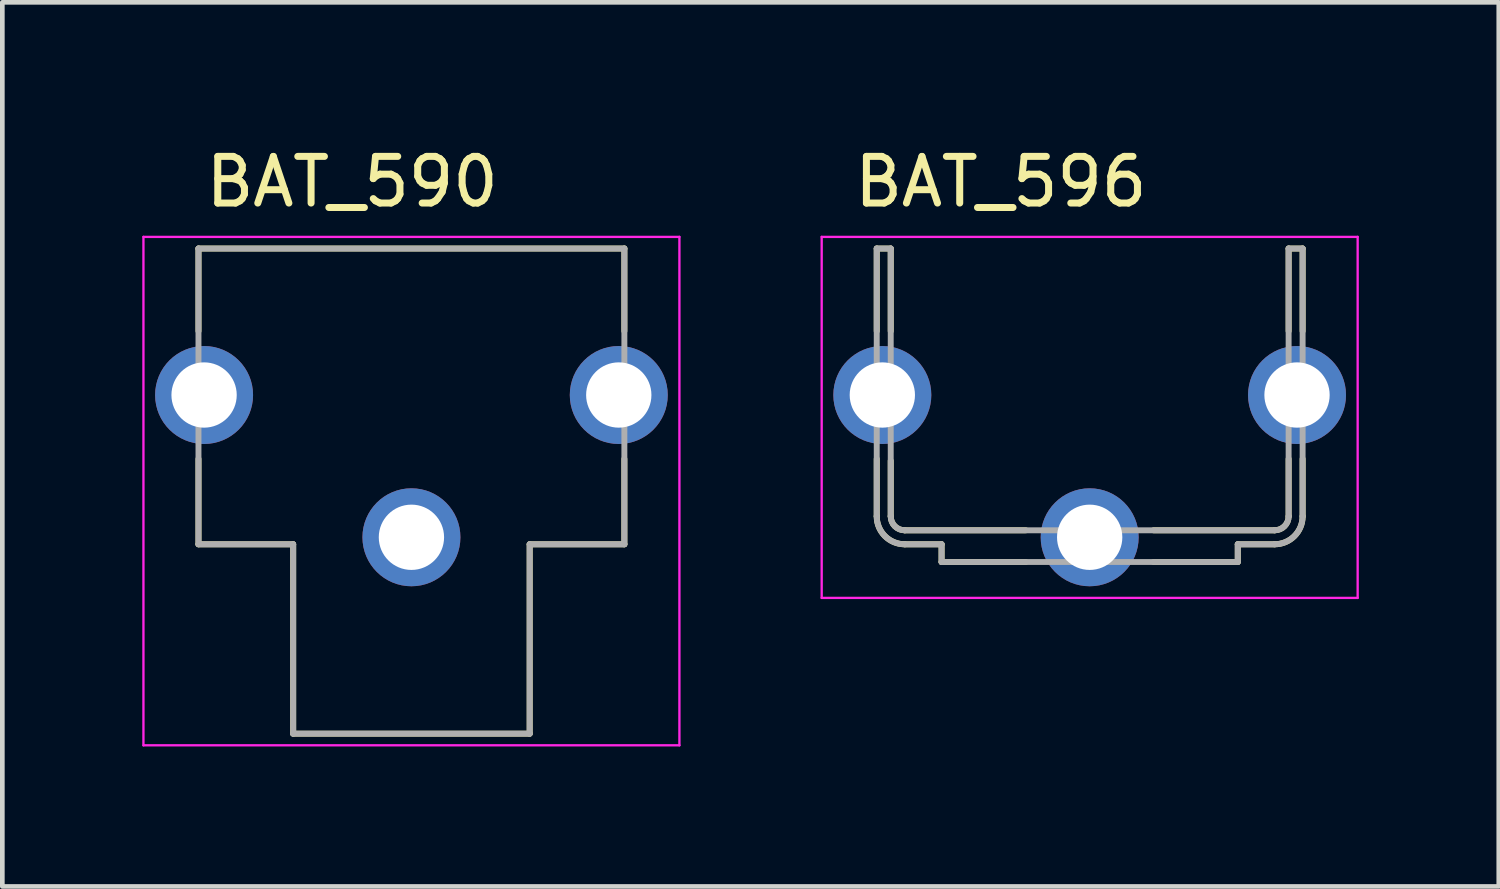
<source format=kicad_pcb>
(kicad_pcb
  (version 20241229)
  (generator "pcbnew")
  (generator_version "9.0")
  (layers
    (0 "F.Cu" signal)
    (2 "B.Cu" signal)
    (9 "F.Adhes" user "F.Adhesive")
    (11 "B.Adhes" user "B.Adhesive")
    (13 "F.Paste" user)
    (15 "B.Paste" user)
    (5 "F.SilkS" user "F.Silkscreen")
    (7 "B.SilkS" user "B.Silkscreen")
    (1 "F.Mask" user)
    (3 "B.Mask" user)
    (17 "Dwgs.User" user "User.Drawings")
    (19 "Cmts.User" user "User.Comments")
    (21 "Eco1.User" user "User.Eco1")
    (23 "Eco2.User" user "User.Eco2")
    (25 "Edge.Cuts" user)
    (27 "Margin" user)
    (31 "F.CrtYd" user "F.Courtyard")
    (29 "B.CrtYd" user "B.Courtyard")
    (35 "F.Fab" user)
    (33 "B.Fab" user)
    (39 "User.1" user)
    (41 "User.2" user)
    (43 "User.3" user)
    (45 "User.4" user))
  (footprint "BAT_590"
    (layer "F.Cu")
    (at 5.77 8.468)
    (property "Reference" "BAT_590" (at -1.27 -7.62 0) (layer "F.SilkS") (effects (font (size 1 1) (thickness 0.15))))
    (attr through_hole)
    (fp_line (start -4.565 -6.19) (end -4.565 -4.42) (stroke (width 0.127) (type solid)) (layer "F.SilkS"))
    (fp_line (start -4.565 -1.68) (end -4.565 0.15) (stroke (width 0.127) (type solid)) (layer "F.SilkS"))
    (fp_line (start -4.565 0.15) (end -2.535 0.15) (stroke (width 0.127) (type solid)) (layer "F.SilkS"))
    (fp_line (start -2.535 0.15) (end -2.535 4.21) (stroke (width 0.127) (type solid)) (layer "F.SilkS"))
    (fp_line (start -2.535 4.21) (end 2.535 4.21) (stroke (width 0.127) (type solid)) (layer "F.SilkS"))
    (fp_line (start 2.535 0.15) (end 4.565 0.15) (stroke (width 0.127) (type solid)) (layer "F.SilkS"))
    (fp_line (start 2.535 4.21) (end 2.535 0.15) (stroke (width 0.127) (type solid)) (layer "F.SilkS"))
    (fp_line (start 4.565 -6.19) (end -4.565 -6.19) (stroke (width 0.127) (type solid)) (layer "F.SilkS"))
    (fp_line (start 4.565 -4.42) (end 4.565 -6.19) (stroke (width 0.127) (type solid)) (layer "F.SilkS"))
    (fp_line (start 4.565 0.15) (end 4.565 -1.68) (stroke (width 0.127) (type solid)) (layer "F.SilkS"))
    (fp_line (start -5.745 -6.44) (end -5.745 4.46) (stroke (width 0.05) (type solid)) (layer "F.CrtYd"))
    (fp_line (start -5.745 4.46) (end 5.745 4.46) (stroke (width 0.05) (type solid)) (layer "F.CrtYd"))
    (fp_line (start 5.745 -6.44) (end -5.745 -6.44) (stroke (width 0.05) (type solid)) (layer "F.CrtYd"))
    (fp_line (start 5.745 4.46) (end 5.745 -6.44) (stroke (width 0.05) (type solid)) (layer "F.CrtYd"))
    (fp_line (start -4.565 -6.19) (end -4.565 0.15) (stroke (width 0.127) (type solid)) (layer "F.Fab"))
    (fp_line (start -4.565 0.15) (end -2.535 0.15) (stroke (width 0.127) (type solid)) (layer "F.Fab"))
    (fp_line (start -2.535 0.15) (end -2.535 4.21) (stroke (width 0.127) (type solid)) (layer "F.Fab"))
    (fp_line (start -2.535 4.21) (end 2.535 4.21) (stroke (width 0.127) (type solid)) (layer "F.Fab"))
    (fp_line (start 2.535 0.15) (end 4.565 0.15) (stroke (width 0.127) (type solid)) (layer "F.Fab"))
    (fp_line (start 2.535 4.21) (end 2.535 0.15) (stroke (width 0.127) (type solid)) (layer "F.Fab"))
    (fp_line (start 4.565 -6.19) (end -4.565 -6.19) (stroke (width 0.127) (type solid)) (layer "F.Fab"))
    (fp_line (start 4.565 0.15) (end 4.565 -6.19) (stroke (width 0.127) (type solid)) (layer "F.Fab"))
    (pad "N1" thru_hole circle (at 0 0) (size 2.1 2.1) (drill 1.4) (layers "*.Cu" "*.Mask"))
    (pad "N2" thru_hole circle (at -4.445 -3.05) (size 2.1 2.1) (drill 1.4) (layers "*.Cu" "*.Mask"))
    (pad "N3" thru_hole circle (at 4.445 -3.05) (size 2.1 2.1) (drill 1.4) (layers "*.Cu" "*.Mask")))
  (footprint "BAT_596"
    (layer "F.Cu")
    (at 20.31 8.468)
    (property "Reference" "BAT_596" (at -1.905 -7.62 0) (layer "F.SilkS") (effects (font (size 1 1) (thickness 0.15))))
    (attr through_hole)
    (fp_line (start -4.565 -6.19) (end -4.565 -4.42) (stroke (width 0.127) (type solid)) (layer "F.SilkS"))
    (fp_line (start -4.565 -1.68) (end -4.565 -0.45) (stroke (width 0.127) (type solid)) (layer "F.SilkS"))
    (fp_line (start -4.265 -6.19) (end -4.565 -6.19) (stroke (width 0.127) (type solid)) (layer "F.SilkS"))
    (fp_line (start -4.265 -4.42) (end -4.265 -6.19) (stroke (width 0.127) (type solid)) (layer "F.SilkS"))
    (fp_line (start -4.265 -0.45) (end -4.265 -1.64) (stroke (width 0.127) (type solid)) (layer "F.SilkS"))
    (fp_line (start -3.965 0.15) (end -3.175 0.15) (stroke (width 0.127) (type solid)) (layer "F.SilkS"))
    (fp_line (start -3.175 0.15) (end -3.175 0.53) (stroke (width 0.127) (type solid)) (layer "F.SilkS"))
    (fp_line (start -3.175 0.53) (end -1.37 0.53) (stroke (width 0.127) (type solid)) (layer "F.SilkS"))
    (fp_line (start -1.37 -0.15) (end -3.965 -0.15) (stroke (width 0.127) (type solid)) (layer "F.SilkS"))
    (fp_line (start 1.37 0.53) (end 3.175 0.53) (stroke (width 0.127) (type solid)) (layer "F.SilkS"))
    (fp_line (start 3.175 0.15) (end 3.965 0.15) (stroke (width 0.127) (type solid)) (layer "F.SilkS"))
    (fp_line (start 3.175 0.53) (end 3.175 0.15) (stroke (width 0.127) (type solid)) (layer "F.SilkS"))
    (fp_line (start 3.965 -0.15) (end 1.37 -0.15) (stroke (width 0.127) (type solid)) (layer "F.SilkS"))
    (fp_line (start 4.265 -6.19) (end 4.265 -4.42) (stroke (width 0.127) (type solid)) (layer "F.SilkS"))
    (fp_line (start 4.265 -1.68) (end 4.265 -0.45) (stroke (width 0.127) (type solid)) (layer "F.SilkS"))
    (fp_line (start 4.565 -6.19) (end 4.265 -6.19) (stroke (width 0.127) (type solid)) (layer "F.SilkS"))
    (fp_line (start 4.565 -4.42) (end 4.565 -6.19) (stroke (width 0.127) (type solid)) (layer "F.SilkS"))
    (fp_line (start 4.565 -0.45) (end 4.565 -1.68) (stroke (width 0.127) (type solid)) (layer "F.SilkS"))
    (fp_arc (start -3.965 -0.15) (mid -4.177132 -0.237868) (end -4.265 -0.45) (stroke (width 0.127) (type solid)) (layer "F.SilkS"))
    (fp_arc (start -3.965 0.15) (mid -4.389264 -0.025736) (end -4.565 -0.45) (stroke (width 0.127) (type solid)) (layer "F.SilkS"))
    (fp_arc (start 4.265 -0.45) (mid 4.177132 -0.237868) (end 3.965 -0.15) (stroke (width 0.127) (type solid)) (layer "F.SilkS"))
    (fp_arc (start 4.565 -0.45) (mid 4.389264 -0.025736) (end 3.965 0.15) (stroke (width 0.127) (type solid)) (layer "F.SilkS"))
    (fp_line (start -5.745 -6.44) (end -5.745 1.3) (stroke (width 0.05) (type solid)) (layer "F.CrtYd"))
    (fp_line (start -5.745 1.3) (end 5.745 1.3) (stroke (width 0.05) (type solid)) (layer "F.CrtYd"))
    (fp_line (start 5.745 -6.44) (end -5.745 -6.44) (stroke (width 0.05) (type solid)) (layer "F.CrtYd"))
    (fp_line (start 5.745 1.3) (end 5.745 -6.44) (stroke (width 0.05) (type solid)) (layer "F.CrtYd"))
    (fp_line (start -4.565 -6.19) (end -4.565 -0.45) (stroke (width 0.127) (type solid)) (layer "F.Fab"))
    (fp_line (start -4.265 -6.19) (end -4.565 -6.19) (stroke (width 0.127) (type solid)) (layer "F.Fab"))
    (fp_line (start -4.265 -0.45) (end -4.265 -6.19) (stroke (width 0.127) (type solid)) (layer "F.Fab"))
    (fp_line (start -3.965 0.15) (end -3.175 0.15) (stroke (width 0.127) (type solid)) (layer "F.Fab"))
    (fp_line (start -3.175 0.15) (end -3.175 0.53) (stroke (width 0.127) (type solid)) (layer "F.Fab"))
    (fp_line (start -3.175 0.53) (end 3.175 0.53) (stroke (width 0.127) (type solid)) (layer "F.Fab"))
    (fp_line (start 3.175 0.15) (end 3.965 0.15) (stroke (width 0.127) (type solid)) (layer "F.Fab"))
    (fp_line (start 3.175 0.53) (end 3.175 0.15) (stroke (width 0.127) (type solid)) (layer "F.Fab"))
    (fp_line (start 3.965 -0.15) (end -3.965 -0.15) (stroke (width 0.127) (type solid)) (layer "F.Fab"))
    (fp_line (start 4.265 -6.19) (end 4.265 -0.45) (stroke (width 0.127) (type solid)) (layer "F.Fab"))
    (fp_line (start 4.565 -6.19) (end 4.265 -6.19) (stroke (width 0.127) (type solid)) (layer "F.Fab"))
    (fp_line (start 4.565 -0.45) (end 4.565 -6.19) (stroke (width 0.127) (type solid)) (layer "F.Fab"))
    (fp_arc (start -3.965 -0.15) (mid -4.177132 -0.237868) (end -4.265 -0.45) (stroke (width 0.127) (type solid)) (layer "F.Fab"))
    (fp_arc (start -3.965 0.15) (mid -4.389264 -0.025736) (end -4.565 -0.45) (stroke (width 0.127) (type solid)) (layer "F.Fab"))
    (fp_arc (start 4.265 -0.45) (mid 4.177132 -0.237868) (end 3.965 -0.15) (stroke (width 0.127) (type solid)) (layer "F.Fab"))
    (fp_arc (start 4.565 -0.45) (mid 4.389264 -0.025736) (end 3.965 0.15) (stroke (width 0.127) (type solid)) (layer "F.Fab"))
    (pad "P1" thru_hole circle (at 0 0) (size 2.1 2.1) (drill 1.4) (layers "*.Cu" "*.Mask"))
    (pad "P2" thru_hole circle (at -4.445 -3.05) (size 2.1 2.1) (drill 1.4) (layers "*.Cu" "*.Mask"))
    (pad "P3" thru_hole circle (at 4.445 -3.05) (size 2.1 2.1) (drill 1.4) (layers "*.Cu" "*.Mask")))
  (gr_rect
    (start -3 -3)
    (end 29.08 15.953)
    (stroke (width 0.1) (type default))
    (fill no)
    (layer "Edge.Cuts")))
</source>
